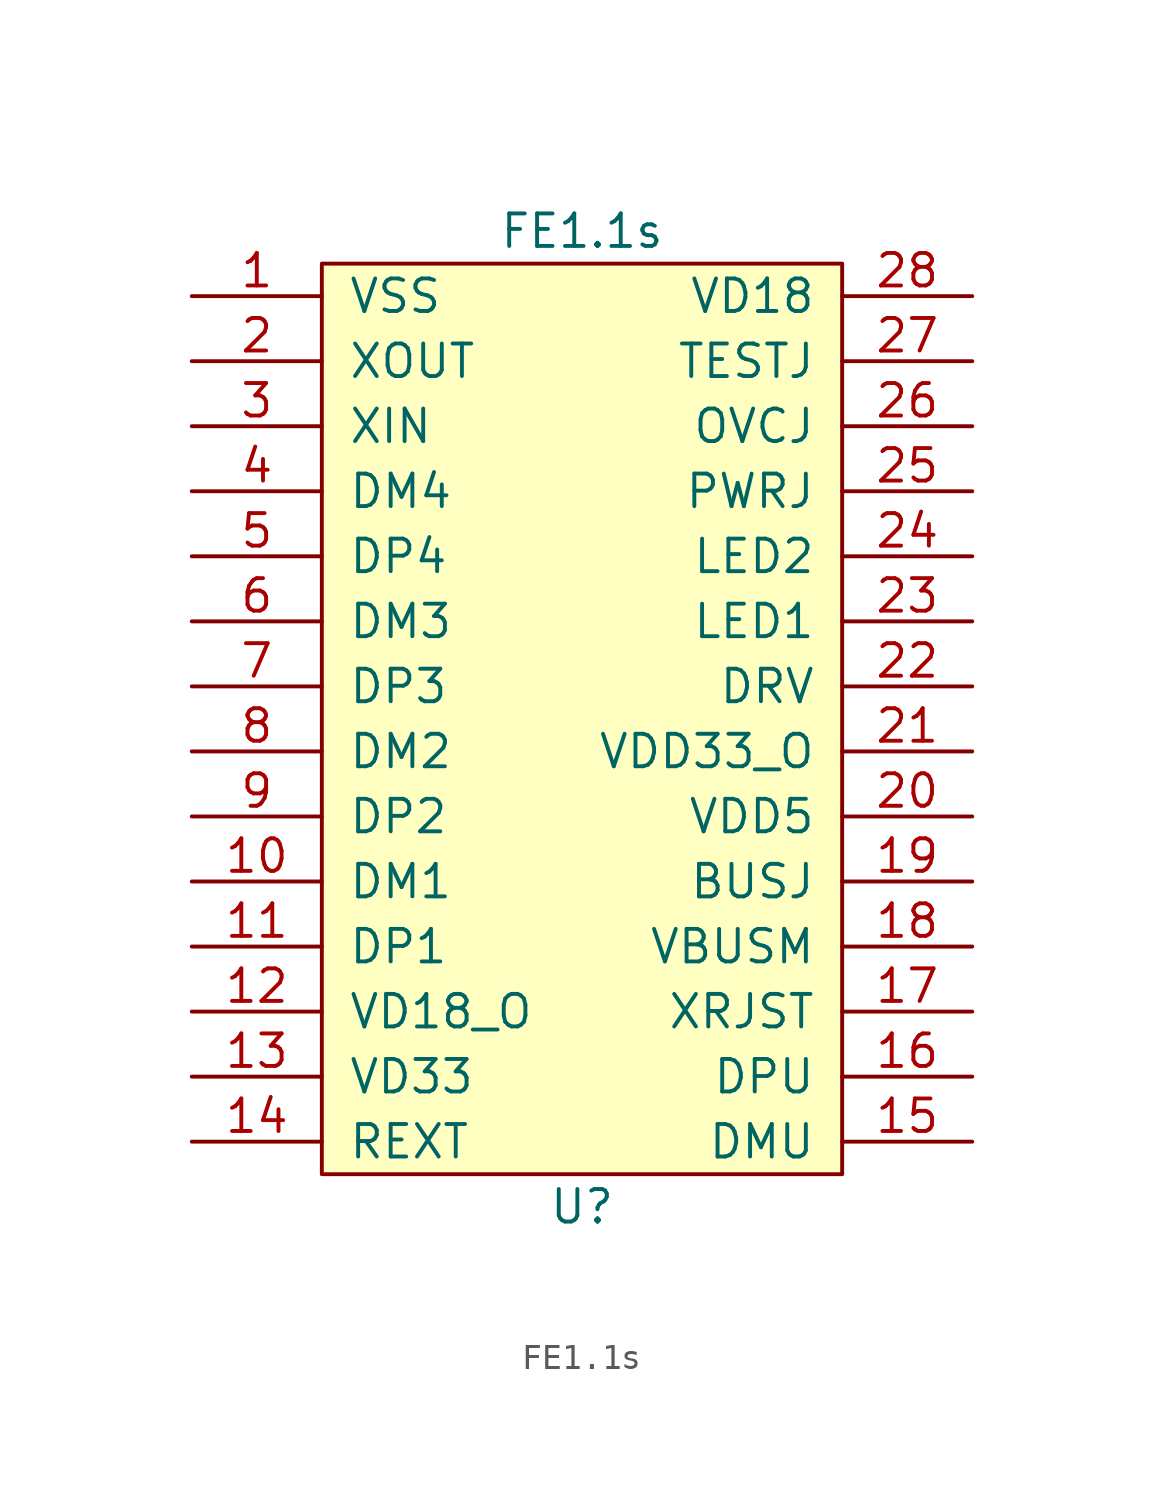
<source format=kicad_sym>
(kicad_symbol_lib
  (version 20211014)
  (generator kicad_symbol_editor)
  (symbol "FE1.1s"
    (pin_names
      (offset 1.016))
    (property "Reference" "U"
      (at 0 -16.51 0)
      (effects (font (size 1.27 1.27))))
    (property "Value" "FE1.1s"
      (at 0 21.59 0)
      (effects (font (size 1.27 1.27))))
    (symbol "FE1.1s_0_1"
      (rectangle (start -10.16 20.32) (end 10.16 -15.24) (stroke (width 0) (type default) (color 0 0 0 0)) (fill (type background))))
    (symbol "FE1.1s_1_1"
      (pin power_in line (at -15.24 19.05 0) (length 5.08) (name "VSS" (effects (font (size 1.27 1.27)))) (number "1" (effects (font (size 1.27 1.27)))))
      (pin bidirectional line (at -15.24 -3.81 0) (length 5.08) (name "DM1" (effects (font (size 1.27 1.27)))) (number "10" (effects (font (size 1.27 1.27)))))
      (pin bidirectional line (at -15.24 -6.35 0) (length 5.08) (name "DP1" (effects (font (size 1.27 1.27)))) (number "11" (effects (font (size 1.27 1.27)))))
      (pin power_out line (at -15.24 -8.89 0) (length 5.08) (name "VD18_O" (effects (font (size 1.27 1.27)))) (number "12" (effects (font (size 1.27 1.27)))))
      (pin power_in line (at -15.24 -11.43 0) (length 5.08) (name "VD33" (effects (font (size 1.27 1.27)))) (number "13" (effects (font (size 1.27 1.27)))))
      (pin input line (at -15.24 -13.97 0) (length 5.08) (name "REXT" (effects (font (size 1.27 1.27)))) (number "14" (effects (font (size 1.27 1.27)))))
      (pin input line (at 15.24 -13.97 180) (length 5.08) (name "DMU" (effects (font (size 1.27 1.27)))) (number "15" (effects (font (size 1.27 1.27)))))
      (pin input line (at 15.24 -11.43 180) (length 5.08) (name "DPU" (effects (font (size 1.27 1.27)))) (number "16" (effects (font (size 1.27 1.27)))))
      (pin input line (at 15.24 -8.89 180) (length 5.08) (name "XRJST" (effects (font (size 1.27 1.27)))) (number "17" (effects (font (size 1.27 1.27)))))
      (pin input line (at 15.24 -6.35 180) (length 5.08) (name "VBUSM" (effects (font (size 1.27 1.27)))) (number "18" (effects (font (size 1.27 1.27)))))
      (pin input line (at 15.24 -3.81 180) (length 5.08) (name "BUSJ" (effects (font (size 1.27 1.27)))) (number "19" (effects (font (size 1.27 1.27)))))
      (pin output line (at -15.24 16.51 0) (length 5.08) (name "XOUT" (effects (font (size 1.27 1.27)))) (number "2" (effects (font (size 1.27 1.27)))))
      (pin power_in line (at 15.24 -1.27 180) (length 5.08) (name "VDD5" (effects (font (size 1.27 1.27)))) (number "20" (effects (font (size 1.27 1.27)))))
      (pin power_out line (at 15.24 1.27 180) (length 5.08) (name "VDD33_O" (effects (font (size 1.27 1.27)))) (number "21" (effects (font (size 1.27 1.27)))))
      (pin input line (at 15.24 3.81 180) (length 5.08) (name "DRV" (effects (font (size 1.27 1.27)))) (number "22" (effects (font (size 1.27 1.27)))))
      (pin input line (at 15.24 6.35 180) (length 5.08) (name "LED1" (effects (font (size 1.27 1.27)))) (number "23" (effects (font (size 1.27 1.27)))))
      (pin input line (at 15.24 8.89 180) (length 5.08) (name "LED2" (effects (font (size 1.27 1.27)))) (number "24" (effects (font (size 1.27 1.27)))))
      (pin input line (at 15.24 11.43 180) (length 5.08) (name "PWRJ" (effects (font (size 1.27 1.27)))) (number "25" (effects (font (size 1.27 1.27)))))
      (pin input line (at 15.24 13.97 180) (length 5.08) (name "OVCJ" (effects (font (size 1.27 1.27)))) (number "26" (effects (font (size 1.27 1.27)))))
      (pin input line (at 15.24 16.51 180) (length 5.08) (name "TESTJ" (effects (font (size 1.27 1.27)))) (number "27" (effects (font (size 1.27 1.27)))))
      (pin power_in line (at 15.24 19.05 180) (length 5.08) (name "VD18" (effects (font (size 1.27 1.27)))) (number "28" (effects (font (size 1.27 1.27)))))
      (pin input line (at -15.24 13.97 0) (length 5.08) (name "XIN" (effects (font (size 1.27 1.27)))) (number "3" (effects (font (size 1.27 1.27)))))
      (pin bidirectional line (at -15.24 11.43 0) (length 5.08) (name "DM4" (effects (font (size 1.27 1.27)))) (number "4" (effects (font (size 1.27 1.27)))))
      (pin bidirectional line (at -15.24 8.89 0) (length 5.08) (name "DP4" (effects (font (size 1.27 1.27)))) (number "5" (effects (font (size 1.27 1.27)))))
      (pin bidirectional line (at -15.24 6.35 0) (length 5.08) (name "DM3" (effects (font (size 1.27 1.27)))) (number "6" (effects (font (size 1.27 1.27)))))
      (pin bidirectional line (at -15.24 3.81 0) (length 5.08) (name "DP3" (effects (font (size 1.27 1.27)))) (number "7" (effects (font (size 1.27 1.27)))))
      (pin bidirectional line (at -15.24 1.27 0) (length 5.08) (name "DM2" (effects (font (size 1.27 1.27)))) (number "8" (effects (font (size 1.27 1.27)))))
      (pin bidirectional line (at -15.24 -1.27 0) (length 5.08) (name "DP2" (effects (font (size 1.27 1.27)))) (number "9" (effects (font (size 1.27 1.27))))))))
</source>
